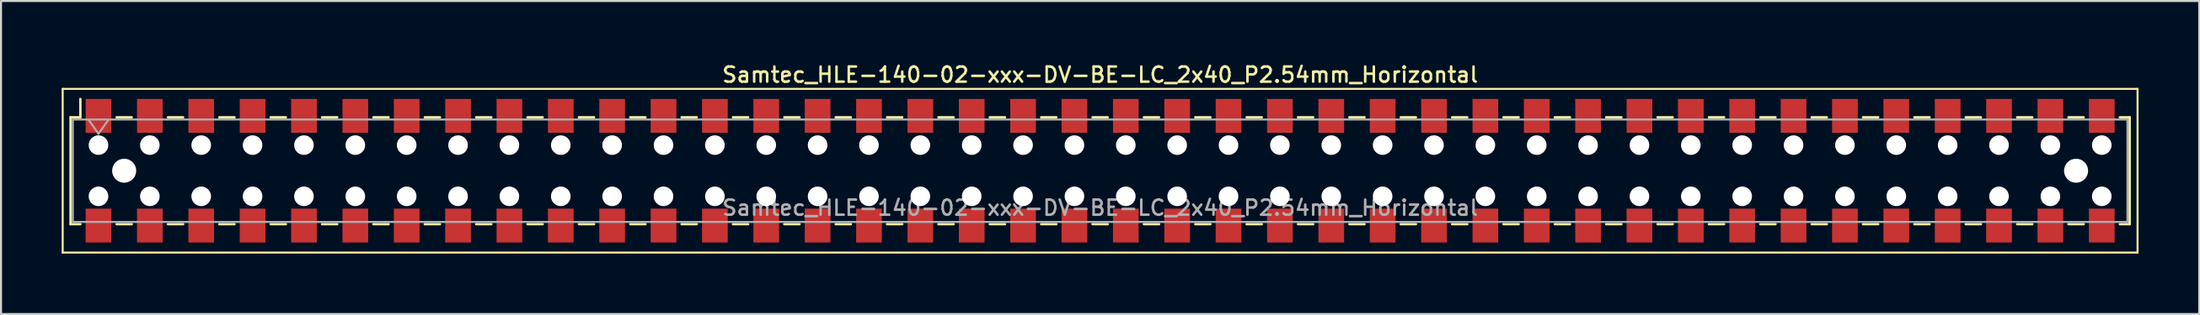
<source format=kicad_pcb>
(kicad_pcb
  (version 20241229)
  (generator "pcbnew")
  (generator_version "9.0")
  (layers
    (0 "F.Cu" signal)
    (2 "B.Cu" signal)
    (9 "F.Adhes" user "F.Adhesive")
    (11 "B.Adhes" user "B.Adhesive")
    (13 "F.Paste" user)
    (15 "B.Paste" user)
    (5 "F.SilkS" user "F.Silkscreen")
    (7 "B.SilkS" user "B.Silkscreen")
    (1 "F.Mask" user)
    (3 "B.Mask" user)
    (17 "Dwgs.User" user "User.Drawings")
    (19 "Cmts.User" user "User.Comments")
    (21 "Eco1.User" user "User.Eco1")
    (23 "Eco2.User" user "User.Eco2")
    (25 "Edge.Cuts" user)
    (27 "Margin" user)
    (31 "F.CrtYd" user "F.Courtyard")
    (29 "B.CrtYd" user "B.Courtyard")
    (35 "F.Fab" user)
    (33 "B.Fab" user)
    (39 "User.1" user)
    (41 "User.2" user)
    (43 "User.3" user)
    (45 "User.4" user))
  (footprint "Samtec_HLE-140-02-xxx-DV-BE-LC_2x40_P2.54mm_Horizontal"
    (layer "F.Cu")
    (at 51.35 5.418)
    (property "Reference" "Samtec_HLE-140-02-xxx-DV-BE-LC_2x40_P2.54mm_Horizontal" (at 0 -4.76 0) (layer "F.SilkS") (effects (font (size 0.75 0.75) (thickness 0.125))))
    (attr smd)
    (fp_line (start -51.3 -4.06) (end 51.3 -4.06) (stroke (width 0.1) (type solid)) (layer "F.SilkS"))
    (fp_line (start -51.3 4.06) (end -51.3 -4.06) (stroke (width 0.1) (type solid)) (layer "F.SilkS"))
    (fp_line (start -50.91 -2.65) (end -50.91 2.65) (stroke (width 0.12) (type solid)) (layer "F.SilkS"))
    (fp_line (start -50.91 2.65) (end -50.425 2.65) (stroke (width 0.12) (type solid)) (layer "F.SilkS"))
    (fp_line (start -50.425 -3.56) (end -50.425 -2.65) (stroke (width 0.12) (type solid)) (layer "F.SilkS"))
    (fp_line (start -50.425 -2.65) (end -50.91 -2.65) (stroke (width 0.12) (type solid)) (layer "F.SilkS"))
    (fp_line (start -48.635 -2.65) (end -47.885 -2.65) (stroke (width 0.12) (type solid)) (layer "F.SilkS"))
    (fp_line (start -48.635 2.65) (end -47.885 2.65) (stroke (width 0.12) (type solid)) (layer "F.SilkS"))
    (fp_line (start -46.095 -2.65) (end -45.345 -2.65) (stroke (width 0.12) (type solid)) (layer "F.SilkS"))
    (fp_line (start -46.095 2.65) (end -45.345 2.65) (stroke (width 0.12) (type solid)) (layer "F.SilkS"))
    (fp_line (start -43.555 -2.65) (end -42.805 -2.65) (stroke (width 0.12) (type solid)) (layer "F.SilkS"))
    (fp_line (start -43.555 2.65) (end -42.805 2.65) (stroke (width 0.12) (type solid)) (layer "F.SilkS"))
    (fp_line (start -41.015 -2.65) (end -40.265 -2.65) (stroke (width 0.12) (type solid)) (layer "F.SilkS"))
    (fp_line (start -41.015 2.65) (end -40.265 2.65) (stroke (width 0.12) (type solid)) (layer "F.SilkS"))
    (fp_line (start -38.475 -2.65) (end -37.725 -2.65) (stroke (width 0.12) (type solid)) (layer "F.SilkS"))
    (fp_line (start -38.475 2.65) (end -37.725 2.65) (stroke (width 0.12) (type solid)) (layer "F.SilkS"))
    (fp_line (start -35.935 -2.65) (end -35.185 -2.65) (stroke (width 0.12) (type solid)) (layer "F.SilkS"))
    (fp_line (start -35.935 2.65) (end -35.185 2.65) (stroke (width 0.12) (type solid)) (layer "F.SilkS"))
    (fp_line (start -33.395 -2.65) (end -32.645 -2.65) (stroke (width 0.12) (type solid)) (layer "F.SilkS"))
    (fp_line (start -33.395 2.65) (end -32.645 2.65) (stroke (width 0.12) (type solid)) (layer "F.SilkS"))
    (fp_line (start -30.855 -2.65) (end -30.105 -2.65) (stroke (width 0.12) (type solid)) (layer "F.SilkS"))
    (fp_line (start -30.855 2.65) (end -30.105 2.65) (stroke (width 0.12) (type solid)) (layer "F.SilkS"))
    (fp_line (start -28.315 -2.65) (end -27.565 -2.65) (stroke (width 0.12) (type solid)) (layer "F.SilkS"))
    (fp_line (start -28.315 2.65) (end -27.565 2.65) (stroke (width 0.12) (type solid)) (layer "F.SilkS"))
    (fp_line (start -25.775 -2.65) (end -25.025 -2.65) (stroke (width 0.12) (type solid)) (layer "F.SilkS"))
    (fp_line (start -25.775 2.65) (end -25.025 2.65) (stroke (width 0.12) (type solid)) (layer "F.SilkS"))
    (fp_line (start -23.235 -2.65) (end -22.485 -2.65) (stroke (width 0.12) (type solid)) (layer "F.SilkS"))
    (fp_line (start -23.235 2.65) (end -22.485 2.65) (stroke (width 0.12) (type solid)) (layer "F.SilkS"))
    (fp_line (start -20.695 -2.65) (end -19.945 -2.65) (stroke (width 0.12) (type solid)) (layer "F.SilkS"))
    (fp_line (start -20.695 2.65) (end -19.945 2.65) (stroke (width 0.12) (type solid)) (layer "F.SilkS"))
    (fp_line (start -18.155 -2.65) (end -17.405 -2.65) (stroke (width 0.12) (type solid)) (layer "F.SilkS"))
    (fp_line (start -18.155 2.65) (end -17.405 2.65) (stroke (width 0.12) (type solid)) (layer "F.SilkS"))
    (fp_line (start -15.615 -2.65) (end -14.865 -2.65) (stroke (width 0.12) (type solid)) (layer "F.SilkS"))
    (fp_line (start -15.615 2.65) (end -14.865 2.65) (stroke (width 0.12) (type solid)) (layer "F.SilkS"))
    (fp_line (start -13.075 -2.65) (end -12.325 -2.65) (stroke (width 0.12) (type solid)) (layer "F.SilkS"))
    (fp_line (start -13.075 2.65) (end -12.325 2.65) (stroke (width 0.12) (type solid)) (layer "F.SilkS"))
    (fp_line (start -10.535 -2.65) (end -9.785 -2.65) (stroke (width 0.12) (type solid)) (layer "F.SilkS"))
    (fp_line (start -10.535 2.65) (end -9.785 2.65) (stroke (width 0.12) (type solid)) (layer "F.SilkS"))
    (fp_line (start -7.995 -2.65) (end -7.245 -2.65) (stroke (width 0.12) (type solid)) (layer "F.SilkS"))
    (fp_line (start -7.995 2.65) (end -7.245 2.65) (stroke (width 0.12) (type solid)) (layer "F.SilkS"))
    (fp_line (start -5.455 -2.65) (end -4.705 -2.65) (stroke (width 0.12) (type solid)) (layer "F.SilkS"))
    (fp_line (start -5.455 2.65) (end -4.705 2.65) (stroke (width 0.12) (type solid)) (layer "F.SilkS"))
    (fp_line (start -2.915 -2.65) (end -2.165 -2.65) (stroke (width 0.12) (type solid)) (layer "F.SilkS"))
    (fp_line (start -2.915 2.65) (end -2.165 2.65) (stroke (width 0.12) (type solid)) (layer "F.SilkS"))
    (fp_line (start -0.375 -2.65) (end 0.375 -2.65) (stroke (width 0.12) (type solid)) (layer "F.SilkS"))
    (fp_line (start -0.375 2.65) (end 0.375 2.65) (stroke (width 0.12) (type solid)) (layer "F.SilkS"))
    (fp_line (start 2.165 -2.65) (end 2.915 -2.65) (stroke (width 0.12) (type solid)) (layer "F.SilkS"))
    (fp_line (start 2.165 2.65) (end 2.915 2.65) (stroke (width 0.12) (type solid)) (layer "F.SilkS"))
    (fp_line (start 4.705 -2.65) (end 5.455 -2.65) (stroke (width 0.12) (type solid)) (layer "F.SilkS"))
    (fp_line (start 4.705 2.65) (end 5.455 2.65) (stroke (width 0.12) (type solid)) (layer "F.SilkS"))
    (fp_line (start 7.245 -2.65) (end 7.995 -2.65) (stroke (width 0.12) (type solid)) (layer "F.SilkS"))
    (fp_line (start 7.245 2.65) (end 7.995 2.65) (stroke (width 0.12) (type solid)) (layer "F.SilkS"))
    (fp_line (start 9.785 -2.65) (end 10.535 -2.65) (stroke (width 0.12) (type solid)) (layer "F.SilkS"))
    (fp_line (start 9.785 2.65) (end 10.535 2.65) (stroke (width 0.12) (type solid)) (layer "F.SilkS"))
    (fp_line (start 12.325 -2.65) (end 13.075 -2.65) (stroke (width 0.12) (type solid)) (layer "F.SilkS"))
    (fp_line (start 12.325 2.65) (end 13.075 2.65) (stroke (width 0.12) (type solid)) (layer "F.SilkS"))
    (fp_line (start 14.865 -2.65) (end 15.615 -2.65) (stroke (width 0.12) (type solid)) (layer "F.SilkS"))
    (fp_line (start 14.865 2.65) (end 15.615 2.65) (stroke (width 0.12) (type solid)) (layer "F.SilkS"))
    (fp_line (start 17.405 -2.65) (end 18.155 -2.65) (stroke (width 0.12) (type solid)) (layer "F.SilkS"))
    (fp_line (start 17.405 2.65) (end 18.155 2.65) (stroke (width 0.12) (type solid)) (layer "F.SilkS"))
    (fp_line (start 19.945 -2.65) (end 20.695 -2.65) (stroke (width 0.12) (type solid)) (layer "F.SilkS"))
    (fp_line (start 19.945 2.65) (end 20.695 2.65) (stroke (width 0.12) (type solid)) (layer "F.SilkS"))
    (fp_line (start 22.485 -2.65) (end 23.235 -2.65) (stroke (width 0.12) (type solid)) (layer "F.SilkS"))
    (fp_line (start 22.485 2.65) (end 23.235 2.65) (stroke (width 0.12) (type solid)) (layer "F.SilkS"))
    (fp_line (start 25.025 -2.65) (end 25.775 -2.65) (stroke (width 0.12) (type solid)) (layer "F.SilkS"))
    (fp_line (start 25.025 2.65) (end 25.775 2.65) (stroke (width 0.12) (type solid)) (layer "F.SilkS"))
    (fp_line (start 27.565 -2.65) (end 28.315 -2.65) (stroke (width 0.12) (type solid)) (layer "F.SilkS"))
    (fp_line (start 27.565 2.65) (end 28.315 2.65) (stroke (width 0.12) (type solid)) (layer "F.SilkS"))
    (fp_line (start 30.105 -2.65) (end 30.855 -2.65) (stroke (width 0.12) (type solid)) (layer "F.SilkS"))
    (fp_line (start 30.105 2.65) (end 30.855 2.65) (stroke (width 0.12) (type solid)) (layer "F.SilkS"))
    (fp_line (start 32.645 -2.65) (end 33.395 -2.65) (stroke (width 0.12) (type solid)) (layer "F.SilkS"))
    (fp_line (start 32.645 2.65) (end 33.395 2.65) (stroke (width 0.12) (type solid)) (layer "F.SilkS"))
    (fp_line (start 35.185 -2.65) (end 35.935 -2.65) (stroke (width 0.12) (type solid)) (layer "F.SilkS"))
    (fp_line (start 35.185 2.65) (end 35.935 2.65) (stroke (width 0.12) (type solid)) (layer "F.SilkS"))
    (fp_line (start 37.725 -2.65) (end 38.475 -2.65) (stroke (width 0.12) (type solid)) (layer "F.SilkS"))
    (fp_line (start 37.725 2.65) (end 38.475 2.65) (stroke (width 0.12) (type solid)) (layer "F.SilkS"))
    (fp_line (start 40.265 -2.65) (end 41.015 -2.65) (stroke (width 0.12) (type solid)) (layer "F.SilkS"))
    (fp_line (start 40.265 2.65) (end 41.015 2.65) (stroke (width 0.12) (type solid)) (layer "F.SilkS"))
    (fp_line (start 42.805 -2.65) (end 43.555 -2.65) (stroke (width 0.12) (type solid)) (layer "F.SilkS"))
    (fp_line (start 42.805 2.65) (end 43.555 2.65) (stroke (width 0.12) (type solid)) (layer "F.SilkS"))
    (fp_line (start 45.345 -2.65) (end 46.095 -2.65) (stroke (width 0.12) (type solid)) (layer "F.SilkS"))
    (fp_line (start 45.345 2.65) (end 46.095 2.65) (stroke (width 0.12) (type solid)) (layer "F.SilkS"))
    (fp_line (start 47.885 -2.65) (end 48.635 -2.65) (stroke (width 0.12) (type solid)) (layer "F.SilkS"))
    (fp_line (start 47.885 2.65) (end 48.635 2.65) (stroke (width 0.12) (type solid)) (layer "F.SilkS"))
    (fp_line (start 50.425 -2.65) (end 50.91 -2.65) (stroke (width 0.12) (type solid)) (layer "F.SilkS"))
    (fp_line (start 50.91 -2.65) (end 50.91 2.65) (stroke (width 0.12) (type solid)) (layer "F.SilkS"))
    (fp_line (start 50.91 2.65) (end 50.425 2.65) (stroke (width 0.12) (type solid)) (layer "F.SilkS"))
    (fp_line (start 51.3 -4.06) (end 51.3 4.06) (stroke (width 0.1) (type solid)) (layer "F.SilkS"))
    (fp_line (start 51.3 4.06) (end -51.3 4.06) (stroke (width 0.1) (type solid)) (layer "F.SilkS"))
    (fp_line (start -50.8 -2.54) (end 50.8 -2.54) (stroke (width 0.1) (type solid)) (layer "F.Fab"))
    (fp_line (start -50.8 2.54) (end -50.8 -2.54) (stroke (width 0.1) (type solid)) (layer "F.Fab"))
    (fp_line (start -50.03 -2.54) (end -49.53 -1.833) (stroke (width 0.1) (type solid)) (layer "F.Fab"))
    (fp_line (start -49.53 -1.833) (end -49.03 -2.54) (stroke (width 0.1) (type solid)) (layer "F.Fab"))
    (fp_line (start 50.8 -2.54) (end 50.8 2.54) (stroke (width 0.1) (type solid)) (layer "F.Fab"))
    (fp_line (start 50.8 2.54) (end -50.8 2.54) (stroke (width 0.1) (type solid)) (layer "F.Fab"))
    (fp_text user "${REFERENCE}" (at 0 1.84 0) (layer "F.Fab") (effects (font (size 0.75 0.75) (thickness 0.125))))
    (pad "" np_thru_hole circle (at -49.53 -1.27) (size 0.97 0.97) (drill 0.97) (layers "*.Cu" "*.Mask"))
    (pad "" np_thru_hole circle (at -49.53 1.27) (size 0.97 0.97) (drill 0.97) (layers "*.Cu" "*.Mask"))
    (pad "" np_thru_hole circle (at -48.26 0) (size 1.19 1.19) (drill 1.19) (layers "*.Cu" "*.Mask"))
    (pad "" np_thru_hole circle (at -46.99 -1.27) (size 0.97 0.97) (drill 0.97) (layers "*.Cu" "*.Mask"))
    (pad "" np_thru_hole circle (at -46.99 1.27) (size 0.97 0.97) (drill 0.97) (layers "*.Cu" "*.Mask"))
    (pad "" np_thru_hole circle (at -44.45 -1.27) (size 0.97 0.97) (drill 0.97) (layers "*.Cu" "*.Mask"))
    (pad "" np_thru_hole circle (at -44.45 1.27) (size 0.97 0.97) (drill 0.97) (layers "*.Cu" "*.Mask"))
    (pad "" np_thru_hole circle (at -41.91 -1.27) (size 0.97 0.97) (drill 0.97) (layers "*.Cu" "*.Mask"))
    (pad "" np_thru_hole circle (at -41.91 1.27) (size 0.97 0.97) (drill 0.97) (layers "*.Cu" "*.Mask"))
    (pad "" np_thru_hole circle (at -39.37 -1.27) (size 0.97 0.97) (drill 0.97) (layers "*.Cu" "*.Mask"))
    (pad "" np_thru_hole circle (at -39.37 1.27) (size 0.97 0.97) (drill 0.97) (layers "*.Cu" "*.Mask"))
    (pad "" np_thru_hole circle (at -36.83 -1.27) (size 0.97 0.97) (drill 0.97) (layers "*.Cu" "*.Mask"))
    (pad "" np_thru_hole circle (at -36.83 1.27) (size 0.97 0.97) (drill 0.97) (layers "*.Cu" "*.Mask"))
    (pad "" np_thru_hole circle (at -34.29 -1.27) (size 0.97 0.97) (drill 0.97) (layers "*.Cu" "*.Mask"))
    (pad "" np_thru_hole circle (at -34.29 1.27) (size 0.97 0.97) (drill 0.97) (layers "*.Cu" "*.Mask"))
    (pad "" np_thru_hole circle (at -31.75 -1.27) (size 0.97 0.97) (drill 0.97) (layers "*.Cu" "*.Mask"))
    (pad "" np_thru_hole circle (at -31.75 1.27) (size 0.97 0.97) (drill 0.97) (layers "*.Cu" "*.Mask"))
    (pad "" np_thru_hole circle (at -29.21 -1.27) (size 0.97 0.97) (drill 0.97) (layers "*.Cu" "*.Mask"))
    (pad "" np_thru_hole circle (at -29.21 1.27) (size 0.97 0.97) (drill 0.97) (layers "*.Cu" "*.Mask"))
    (pad "" np_thru_hole circle (at -26.67 -1.27) (size 0.97 0.97) (drill 0.97) (layers "*.Cu" "*.Mask"))
    (pad "" np_thru_hole circle (at -26.67 1.27) (size 0.97 0.97) (drill 0.97) (layers "*.Cu" "*.Mask"))
    (pad "" np_thru_hole circle (at -24.13 -1.27) (size 0.97 0.97) (drill 0.97) (layers "*.Cu" "*.Mask"))
    (pad "" np_thru_hole circle (at -24.13 1.27) (size 0.97 0.97) (drill 0.97) (layers "*.Cu" "*.Mask"))
    (pad "" np_thru_hole circle (at -21.59 -1.27) (size 0.97 0.97) (drill 0.97) (layers "*.Cu" "*.Mask"))
    (pad "" np_thru_hole circle (at -21.59 1.27) (size 0.97 0.97) (drill 0.97) (layers "*.Cu" "*.Mask"))
    (pad "" np_thru_hole circle (at -19.05 -1.27) (size 0.97 0.97) (drill 0.97) (layers "*.Cu" "*.Mask"))
    (pad "" np_thru_hole circle (at -19.05 1.27) (size 0.97 0.97) (drill 0.97) (layers "*.Cu" "*.Mask"))
    (pad "" np_thru_hole circle (at -16.51 -1.27) (size 0.97 0.97) (drill 0.97) (layers "*.Cu" "*.Mask"))
    (pad "" np_thru_hole circle (at -16.51 1.27) (size 0.97 0.97) (drill 0.97) (layers "*.Cu" "*.Mask"))
    (pad "" np_thru_hole circle (at -13.97 -1.27) (size 0.97 0.97) (drill 0.97) (layers "*.Cu" "*.Mask"))
    (pad "" np_thru_hole circle (at -13.97 1.27) (size 0.97 0.97) (drill 0.97) (layers "*.Cu" "*.Mask"))
    (pad "" np_thru_hole circle (at -11.43 -1.27) (size 0.97 0.97) (drill 0.97) (layers "*.Cu" "*.Mask"))
    (pad "" np_thru_hole circle (at -11.43 1.27) (size 0.97 0.97) (drill 0.97) (layers "*.Cu" "*.Mask"))
    (pad "" np_thru_hole circle (at -8.89 -1.27) (size 0.97 0.97) (drill 0.97) (layers "*.Cu" "*.Mask"))
    (pad "" np_thru_hole circle (at -8.89 1.27) (size 0.97 0.97) (drill 0.97) (layers "*.Cu" "*.Mask"))
    (pad "" np_thru_hole circle (at -6.35 -1.27) (size 0.97 0.97) (drill 0.97) (layers "*.Cu" "*.Mask"))
    (pad "" np_thru_hole circle (at -6.35 1.27) (size 0.97 0.97) (drill 0.97) (layers "*.Cu" "*.Mask"))
    (pad "" np_thru_hole circle (at -3.81 -1.27) (size 0.97 0.97) (drill 0.97) (layers "*.Cu" "*.Mask"))
    (pad "" np_thru_hole circle (at -3.81 1.27) (size 0.97 0.97) (drill 0.97) (layers "*.Cu" "*.Mask"))
    (pad "" np_thru_hole circle (at -1.27 -1.27) (size 0.97 0.97) (drill 0.97) (layers "*.Cu" "*.Mask"))
    (pad "" np_thru_hole circle (at -1.27 1.27) (size 0.97 0.97) (drill 0.97) (layers "*.Cu" "*.Mask"))
    (pad "" np_thru_hole circle (at 1.27 -1.27) (size 0.97 0.97) (drill 0.97) (layers "*.Cu" "*.Mask"))
    (pad "" np_thru_hole circle (at 1.27 1.27) (size 0.97 0.97) (drill 0.97) (layers "*.Cu" "*.Mask"))
    (pad "" np_thru_hole circle (at 3.81 -1.27) (size 0.97 0.97) (drill 0.97) (layers "*.Cu" "*.Mask"))
    (pad "" np_thru_hole circle (at 3.81 1.27) (size 0.97 0.97) (drill 0.97) (layers "*.Cu" "*.Mask"))
    (pad "" np_thru_hole circle (at 6.35 -1.27) (size 0.97 0.97) (drill 0.97) (layers "*.Cu" "*.Mask"))
    (pad "" np_thru_hole circle (at 6.35 1.27) (size 0.97 0.97) (drill 0.97) (layers "*.Cu" "*.Mask"))
    (pad "" np_thru_hole circle (at 8.89 -1.27) (size 0.97 0.97) (drill 0.97) (layers "*.Cu" "*.Mask"))
    (pad "" np_thru_hole circle (at 8.89 1.27) (size 0.97 0.97) (drill 0.97) (layers "*.Cu" "*.Mask"))
    (pad "" np_thru_hole circle (at 11.43 -1.27) (size 0.97 0.97) (drill 0.97) (layers "*.Cu" "*.Mask"))
    (pad "" np_thru_hole circle (at 11.43 1.27) (size 0.97 0.97) (drill 0.97) (layers "*.Cu" "*.Mask"))
    (pad "" np_thru_hole circle (at 13.97 -1.27) (size 0.97 0.97) (drill 0.97) (layers "*.Cu" "*.Mask"))
    (pad "" np_thru_hole circle (at 13.97 1.27) (size 0.97 0.97) (drill 0.97) (layers "*.Cu" "*.Mask"))
    (pad "" np_thru_hole circle (at 16.51 -1.27) (size 0.97 0.97) (drill 0.97) (layers "*.Cu" "*.Mask"))
    (pad "" np_thru_hole circle (at 16.51 1.27) (size 0.97 0.97) (drill 0.97) (layers "*.Cu" "*.Mask"))
    (pad "" np_thru_hole circle (at 19.05 -1.27) (size 0.97 0.97) (drill 0.97) (layers "*.Cu" "*.Mask"))
    (pad "" np_thru_hole circle (at 19.05 1.27) (size 0.97 0.97) (drill 0.97) (layers "*.Cu" "*.Mask"))
    (pad "" np_thru_hole circle (at 21.59 -1.27) (size 0.97 0.97) (drill 0.97) (layers "*.Cu" "*.Mask"))
    (pad "" np_thru_hole circle (at 21.59 1.27) (size 0.97 0.97) (drill 0.97) (layers "*.Cu" "*.Mask"))
    (pad "" np_thru_hole circle (at 24.13 -1.27) (size 0.97 0.97) (drill 0.97) (layers "*.Cu" "*.Mask"))
    (pad "" np_thru_hole circle (at 24.13 1.27) (size 0.97 0.97) (drill 0.97) (layers "*.Cu" "*.Mask"))
    (pad "" np_thru_hole circle (at 26.67 -1.27) (size 0.97 0.97) (drill 0.97) (layers "*.Cu" "*.Mask"))
    (pad "" np_thru_hole circle (at 26.67 1.27) (size 0.97 0.97) (drill 0.97) (layers "*.Cu" "*.Mask"))
    (pad "" np_thru_hole circle (at 29.21 -1.27) (size 0.97 0.97) (drill 0.97) (layers "*.Cu" "*.Mask"))
    (pad "" np_thru_hole circle (at 29.21 1.27) (size 0.97 0.97) (drill 0.97) (layers "*.Cu" "*.Mask"))
    (pad "" np_thru_hole circle (at 31.75 -1.27) (size 0.97 0.97) (drill 0.97) (layers "*.Cu" "*.Mask"))
    (pad "" np_thru_hole circle (at 31.75 1.27) (size 0.97 0.97) (drill 0.97) (layers "*.Cu" "*.Mask"))
    (pad "" np_thru_hole circle (at 34.29 -1.27) (size 0.97 0.97) (drill 0.97) (layers "*.Cu" "*.Mask"))
    (pad "" np_thru_hole circle (at 34.29 1.27) (size 0.97 0.97) (drill 0.97) (layers "*.Cu" "*.Mask"))
    (pad "" np_thru_hole circle (at 36.83 -1.27) (size 0.97 0.97) (drill 0.97) (layers "*.Cu" "*.Mask"))
    (pad "" np_thru_hole circle (at 36.83 1.27) (size 0.97 0.97) (drill 0.97) (layers "*.Cu" "*.Mask"))
    (pad "" np_thru_hole circle (at 39.37 -1.27) (size 0.97 0.97) (drill 0.97) (layers "*.Cu" "*.Mask"))
    (pad "" np_thru_hole circle (at 39.37 1.27) (size 0.97 0.97) (drill 0.97) (layers "*.Cu" "*.Mask"))
    (pad "" np_thru_hole circle (at 41.91 -1.27) (size 0.97 0.97) (drill 0.97) (layers "*.Cu" "*.Mask"))
    (pad "" np_thru_hole circle (at 41.91 1.27) (size 0.97 0.97) (drill 0.97) (layers "*.Cu" "*.Mask"))
    (pad "" np_thru_hole circle (at 44.45 -1.27) (size 0.97 0.97) (drill 0.97) (layers "*.Cu" "*.Mask"))
    (pad "" np_thru_hole circle (at 44.45 1.27) (size 0.97 0.97) (drill 0.97) (layers "*.Cu" "*.Mask"))
    (pad "" np_thru_hole circle (at 46.99 -1.27) (size 0.97 0.97) (drill 0.97) (layers "*.Cu" "*.Mask"))
    (pad "" np_thru_hole circle (at 46.99 1.27) (size 0.97 0.97) (drill 0.97) (layers "*.Cu" "*.Mask"))
    (pad "" np_thru_hole circle (at 48.26 0) (size 1.19 1.19) (drill 1.19) (layers "*.Cu" "*.Mask"))
    (pad "" np_thru_hole circle (at 49.53 -1.27) (size 0.97 0.97) (drill 0.97) (layers "*.Cu" "*.Mask"))
    (pad "" np_thru_hole circle (at 49.53 1.27) (size 0.97 0.97) (drill 0.97) (layers "*.Cu" "*.Mask"))
    (pad "1" smd rect (at -49.53 -2.72) (size 1.27 1.68) (layers "F.Cu" "F.Mask" "F.Paste"))
    (pad "2" smd rect (at -49.53 2.72) (size 1.27 1.68) (layers "F.Cu" "F.Mask" "F.Paste"))
    (pad "3" smd rect (at -46.99 -2.72) (size 1.27 1.68) (layers "F.Cu" "F.Mask" "F.Paste"))
    (pad "4" smd rect (at -46.99 2.72) (size 1.27 1.68) (layers "F.Cu" "F.Mask" "F.Paste"))
    (pad "5" smd rect (at -44.45 -2.72) (size 1.27 1.68) (layers "F.Cu" "F.Mask" "F.Paste"))
    (pad "6" smd rect (at -44.45 2.72) (size 1.27 1.68) (layers "F.Cu" "F.Mask" "F.Paste"))
    (pad "7" smd rect (at -41.91 -2.72) (size 1.27 1.68) (layers "F.Cu" "F.Mask" "F.Paste"))
    (pad "8" smd rect (at -41.91 2.72) (size 1.27 1.68) (layers "F.Cu" "F.Mask" "F.Paste"))
    (pad "9" smd rect (at -39.37 -2.72) (size 1.27 1.68) (layers "F.Cu" "F.Mask" "F.Paste"))
    (pad "10" smd rect (at -39.37 2.72) (size 1.27 1.68) (layers "F.Cu" "F.Mask" "F.Paste"))
    (pad "11" smd rect (at -36.83 -2.72) (size 1.27 1.68) (layers "F.Cu" "F.Mask" "F.Paste"))
    (pad "12" smd rect (at -36.83 2.72) (size 1.27 1.68) (layers "F.Cu" "F.Mask" "F.Paste"))
    (pad "13" smd rect (at -34.29 -2.72) (size 1.27 1.68) (layers "F.Cu" "F.Mask" "F.Paste"))
    (pad "14" smd rect (at -34.29 2.72) (size 1.27 1.68) (layers "F.Cu" "F.Mask" "F.Paste"))
    (pad "15" smd rect (at -31.75 -2.72) (size 1.27 1.68) (layers "F.Cu" "F.Mask" "F.Paste"))
    (pad "16" smd rect (at -31.75 2.72) (size 1.27 1.68) (layers "F.Cu" "F.Mask" "F.Paste"))
    (pad "17" smd rect (at -29.21 -2.72) (size 1.27 1.68) (layers "F.Cu" "F.Mask" "F.Paste"))
    (pad "18" smd rect (at -29.21 2.72) (size 1.27 1.68) (layers "F.Cu" "F.Mask" "F.Paste"))
    (pad "19" smd rect (at -26.67 -2.72) (size 1.27 1.68) (layers "F.Cu" "F.Mask" "F.Paste"))
    (pad "20" smd rect (at -26.67 2.72) (size 1.27 1.68) (layers "F.Cu" "F.Mask" "F.Paste"))
    (pad "21" smd rect (at -24.13 -2.72) (size 1.27 1.68) (layers "F.Cu" "F.Mask" "F.Paste"))
    (pad "22" smd rect (at -24.13 2.72) (size 1.27 1.68) (layers "F.Cu" "F.Mask" "F.Paste"))
    (pad "23" smd rect (at -21.59 -2.72) (size 1.27 1.68) (layers "F.Cu" "F.Mask" "F.Paste"))
    (pad "24" smd rect (at -21.59 2.72) (size 1.27 1.68) (layers "F.Cu" "F.Mask" "F.Paste"))
    (pad "25" smd rect (at -19.05 -2.72) (size 1.27 1.68) (layers "F.Cu" "F.Mask" "F.Paste"))
    (pad "26" smd rect (at -19.05 2.72) (size 1.27 1.68) (layers "F.Cu" "F.Mask" "F.Paste"))
    (pad "27" smd rect (at -16.51 -2.72) (size 1.27 1.68) (layers "F.Cu" "F.Mask" "F.Paste"))
    (pad "28" smd rect (at -16.51 2.72) (size 1.27 1.68) (layers "F.Cu" "F.Mask" "F.Paste"))
    (pad "29" smd rect (at -13.97 -2.72) (size 1.27 1.68) (layers "F.Cu" "F.Mask" "F.Paste"))
    (pad "30" smd rect (at -13.97 2.72) (size 1.27 1.68) (layers "F.Cu" "F.Mask" "F.Paste"))
    (pad "31" smd rect (at -11.43 -2.72) (size 1.27 1.68) (layers "F.Cu" "F.Mask" "F.Paste"))
    (pad "32" smd rect (at -11.43 2.72) (size 1.27 1.68) (layers "F.Cu" "F.Mask" "F.Paste"))
    (pad "33" smd rect (at -8.89 -2.72) (size 1.27 1.68) (layers "F.Cu" "F.Mask" "F.Paste"))
    (pad "34" smd rect (at -8.89 2.72) (size 1.27 1.68) (layers "F.Cu" "F.Mask" "F.Paste"))
    (pad "35" smd rect (at -6.35 -2.72) (size 1.27 1.68) (layers "F.Cu" "F.Mask" "F.Paste"))
    (pad "36" smd rect (at -6.35 2.72) (size 1.27 1.68) (layers "F.Cu" "F.Mask" "F.Paste"))
    (pad "37" smd rect (at -3.81 -2.72) (size 1.27 1.68) (layers "F.Cu" "F.Mask" "F.Paste"))
    (pad "38" smd rect (at -3.81 2.72) (size 1.27 1.68) (layers "F.Cu" "F.Mask" "F.Paste"))
    (pad "39" smd rect (at -1.27 -2.72) (size 1.27 1.68) (layers "F.Cu" "F.Mask" "F.Paste"))
    (pad "40" smd rect (at -1.27 2.72) (size 1.27 1.68) (layers "F.Cu" "F.Mask" "F.Paste"))
    (pad "41" smd rect (at 1.27 -2.72) (size 1.27 1.68) (layers "F.Cu" "F.Mask" "F.Paste"))
    (pad "42" smd rect (at 1.27 2.72) (size 1.27 1.68) (layers "F.Cu" "F.Mask" "F.Paste"))
    (pad "43" smd rect (at 3.81 -2.72) (size 1.27 1.68) (layers "F.Cu" "F.Mask" "F.Paste"))
    (pad "44" smd rect (at 3.81 2.72) (size 1.27 1.68) (layers "F.Cu" "F.Mask" "F.Paste"))
    (pad "45" smd rect (at 6.35 -2.72) (size 1.27 1.68) (layers "F.Cu" "F.Mask" "F.Paste"))
    (pad "46" smd rect (at 6.35 2.72) (size 1.27 1.68) (layers "F.Cu" "F.Mask" "F.Paste"))
    (pad "47" smd rect (at 8.89 -2.72) (size 1.27 1.68) (layers "F.Cu" "F.Mask" "F.Paste"))
    (pad "48" smd rect (at 8.89 2.72) (size 1.27 1.68) (layers "F.Cu" "F.Mask" "F.Paste"))
    (pad "49" smd rect (at 11.43 -2.72) (size 1.27 1.68) (layers "F.Cu" "F.Mask" "F.Paste"))
    (pad "50" smd rect (at 11.43 2.72) (size 1.27 1.68) (layers "F.Cu" "F.Mask" "F.Paste"))
    (pad "51" smd rect (at 13.97 -2.72) (size 1.27 1.68) (layers "F.Cu" "F.Mask" "F.Paste"))
    (pad "52" smd rect (at 13.97 2.72) (size 1.27 1.68) (layers "F.Cu" "F.Mask" "F.Paste"))
    (pad "53" smd rect (at 16.51 -2.72) (size 1.27 1.68) (layers "F.Cu" "F.Mask" "F.Paste"))
    (pad "54" smd rect (at 16.51 2.72) (size 1.27 1.68) (layers "F.Cu" "F.Mask" "F.Paste"))
    (pad "55" smd rect (at 19.05 -2.72) (size 1.27 1.68) (layers "F.Cu" "F.Mask" "F.Paste"))
    (pad "56" smd rect (at 19.05 2.72) (size 1.27 1.68) (layers "F.Cu" "F.Mask" "F.Paste"))
    (pad "57" smd rect (at 21.59 -2.72) (size 1.27 1.68) (layers "F.Cu" "F.Mask" "F.Paste"))
    (pad "58" smd rect (at 21.59 2.72) (size 1.27 1.68) (layers "F.Cu" "F.Mask" "F.Paste"))
    (pad "59" smd rect (at 24.13 -2.72) (size 1.27 1.68) (layers "F.Cu" "F.Mask" "F.Paste"))
    (pad "60" smd rect (at 24.13 2.72) (size 1.27 1.68) (layers "F.Cu" "F.Mask" "F.Paste"))
    (pad "61" smd rect (at 26.67 -2.72) (size 1.27 1.68) (layers "F.Cu" "F.Mask" "F.Paste"))
    (pad "62" smd rect (at 26.67 2.72) (size 1.27 1.68) (layers "F.Cu" "F.Mask" "F.Paste"))
    (pad "63" smd rect (at 29.21 -2.72) (size 1.27 1.68) (layers "F.Cu" "F.Mask" "F.Paste"))
    (pad "64" smd rect (at 29.21 2.72) (size 1.27 1.68) (layers "F.Cu" "F.Mask" "F.Paste"))
    (pad "65" smd rect (at 31.75 -2.72) (size 1.27 1.68) (layers "F.Cu" "F.Mask" "F.Paste"))
    (pad "66" smd rect (at 31.75 2.72) (size 1.27 1.68) (layers "F.Cu" "F.Mask" "F.Paste"))
    (pad "67" smd rect (at 34.29 -2.72) (size 1.27 1.68) (layers "F.Cu" "F.Mask" "F.Paste"))
    (pad "68" smd rect (at 34.29 2.72) (size 1.27 1.68) (layers "F.Cu" "F.Mask" "F.Paste"))
    (pad "69" smd rect (at 36.83 -2.72) (size 1.27 1.68) (layers "F.Cu" "F.Mask" "F.Paste"))
    (pad "70" smd rect (at 36.83 2.72) (size 1.27 1.68) (layers "F.Cu" "F.Mask" "F.Paste"))
    (pad "71" smd rect (at 39.37 -2.72) (size 1.27 1.68) (layers "F.Cu" "F.Mask" "F.Paste"))
    (pad "72" smd rect (at 39.37 2.72) (size 1.27 1.68) (layers "F.Cu" "F.Mask" "F.Paste"))
    (pad "73" smd rect (at 41.91 -2.72) (size 1.27 1.68) (layers "F.Cu" "F.Mask" "F.Paste"))
    (pad "74" smd rect (at 41.91 2.72) (size 1.27 1.68) (layers "F.Cu" "F.Mask" "F.Paste"))
    (pad "75" smd rect (at 44.45 -2.72) (size 1.27 1.68) (layers "F.Cu" "F.Mask" "F.Paste"))
    (pad "76" smd rect (at 44.45 2.72) (size 1.27 1.68) (layers "F.Cu" "F.Mask" "F.Paste"))
    (pad "77" smd rect (at 46.99 -2.72) (size 1.27 1.68) (layers "F.Cu" "F.Mask" "F.Paste"))
    (pad "78" smd rect (at 46.99 2.72) (size 1.27 1.68) (layers "F.Cu" "F.Mask" "F.Paste"))
    (pad "79" smd rect (at 49.53 -2.72) (size 1.27 1.68) (layers "F.Cu" "F.Mask" "F.Paste"))
    (pad "80" smd rect (at 49.53 2.72) (size 1.27 1.68) (layers "F.Cu" "F.Mask" "F.Paste")))
  (gr_rect
    (start -3 -3)
    (end 105.7 12.528)
    (stroke (width 0.1) (type default))
    (fill no)
    (layer "Edge.Cuts")))
</source>
